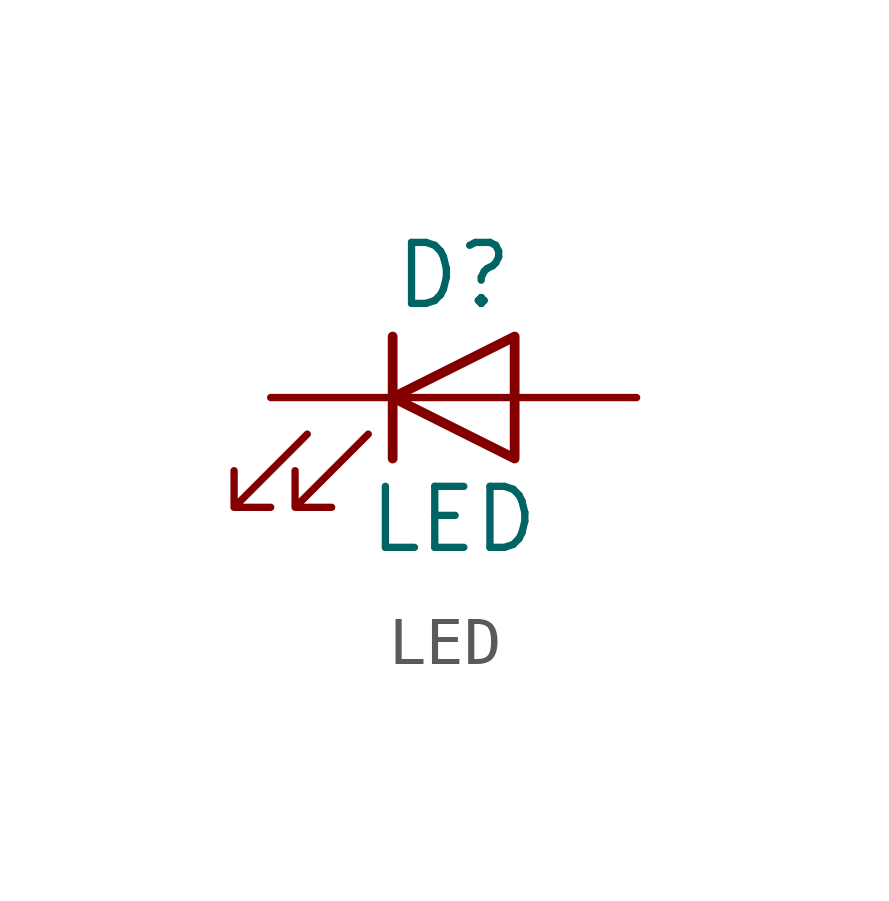
<source format=kicad_sym>
(kicad_symbol_lib
  (version 20241209)
  (generator "kicad_symbol_editor")
  (generator_version "9.0")
  (symbol "LED"
    (pin_numbers
      (hide yes))
    (pin_names
      (offset 1.016)
      (hide yes))
    (property "Reference" "D"
      (at 0 2.54 0)
      (effects (font (size 1.27 1.27))))
    (property "Value" "LED"
      (at 0 -2.54 0)
      (effects (font (size 1.27 1.27))))
    (symbol "LED_0_1"
      (polyline (pts (xy -3.048 -0.762) (xy -4.572 -2.286) (xy -3.81 -2.286) (xy -4.572 -2.286) (xy -4.572 -1.524)) (stroke (width 0) (type solid)) (fill (type none)))
      (polyline (pts (xy -1.778 -0.762) (xy -3.302 -2.286) (xy -2.54 -2.286) (xy -3.302 -2.286) (xy -3.302 -1.524)) (stroke (width 0) (type solid)) (fill (type none)))
      (polyline (pts (xy -1.27 0) (xy 1.27 0)) (stroke (width 0) (type solid)) (fill (type none)))
      (polyline (pts (xy -1.27 -1.27) (xy -1.27 1.27)) (stroke (width 0.203) (type solid)) (fill (type none)))
      (polyline (pts (xy 1.27 -1.27) (xy 1.27 1.27) (xy -1.27 0) (xy 1.27 -1.27)) (stroke (width 0.203) (type solid)) (fill (type none))))
    (symbol "LED_1_1"
      (pin passive line (at -3.81 0 0) (length 2.54) (name "K" (effects (font (size 1.27 1.27)))) (number "1" (effects (font (size 1.27 1.27)))))
      (pin passive line (at 3.81 0 180) (length 2.54) (name "A" (effects (font (size 1.27 1.27)))) (number "2" (effects (font (size 1.27 1.27))))))))
</source>
